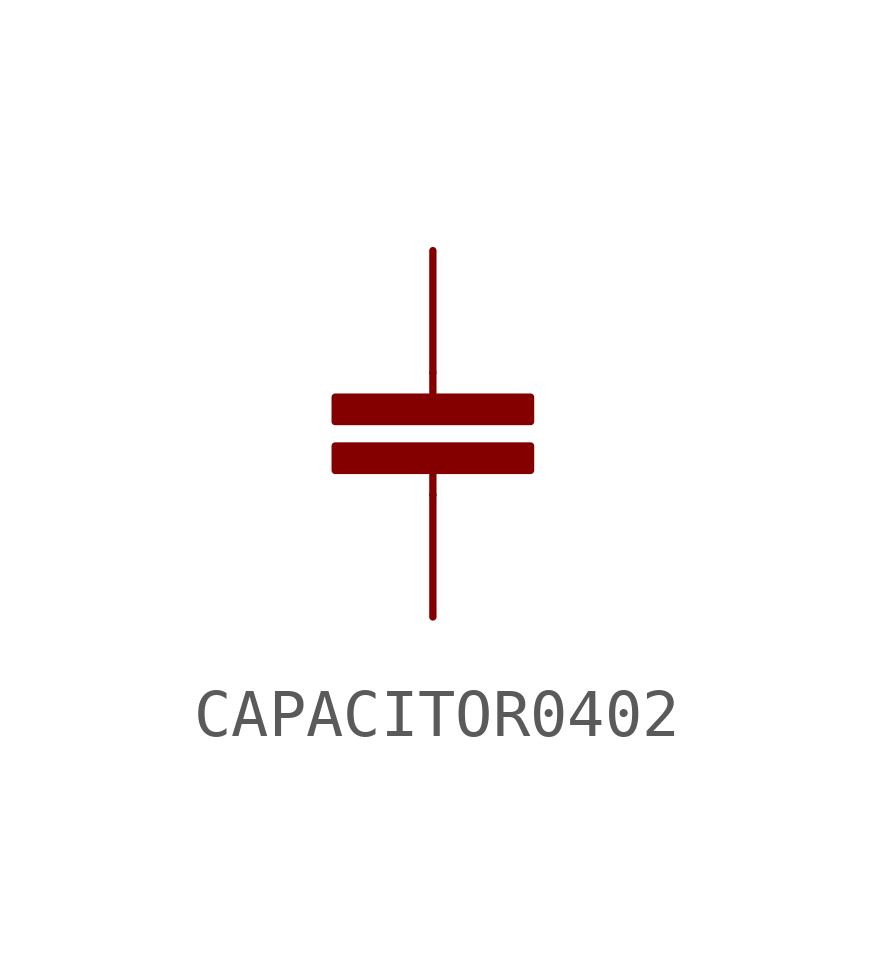
<source format=kicad_sym>
(kicad_symbol_lib
  (version 20231120)
  (generator "kicad_symbol_editor")
  (generator_version "8.0")
  (symbol "CAPACITOR0402"
    (property "Reference" ""
      (at 1.778 0.508 0)
      (effects (font (size 1.27 1.079)) (justify left bottom) (hide yes)))
    (property "Value" ""
      (at 1.778 -3.81 0)
      (effects (font (size 1.27 1.079)) (justify left bottom)))
    (property "ki_locked" ""
      (at 0 0 0)
      (effects (font (size 1.27 1.27))))
    (symbol "CAPACITOR0402_1_0"
      (rectangle (start -2.032 -2.032) (end 2.032 -1.524) (stroke (width 0) (type default)) (fill (type outline)))
      (rectangle (start -2.032 -1.016) (end 2.032 -0.508) (stroke (width 0) (type default)) (fill (type outline)))
      (polyline (pts (xy 0 -2.54) (xy 0 -2.032)) (stroke (width 0.152) (type solid)) (fill (type none)))
      (polyline (pts (xy 0 0) (xy 0 -0.508)) (stroke (width 0.152) (type solid)) (fill (type none)))
      (pin passive line (at 0 2.54 270) (length 2.54) (name "1" (effects (font (size 0 0)))) (number "P$1" (effects (font (size 0 0)))))
      (pin passive line (at 0 -5.08 90) (length 2.54) (name "2" (effects (font (size 0 0)))) (number "P$2" (effects (font (size 0 0))))))))
</source>
